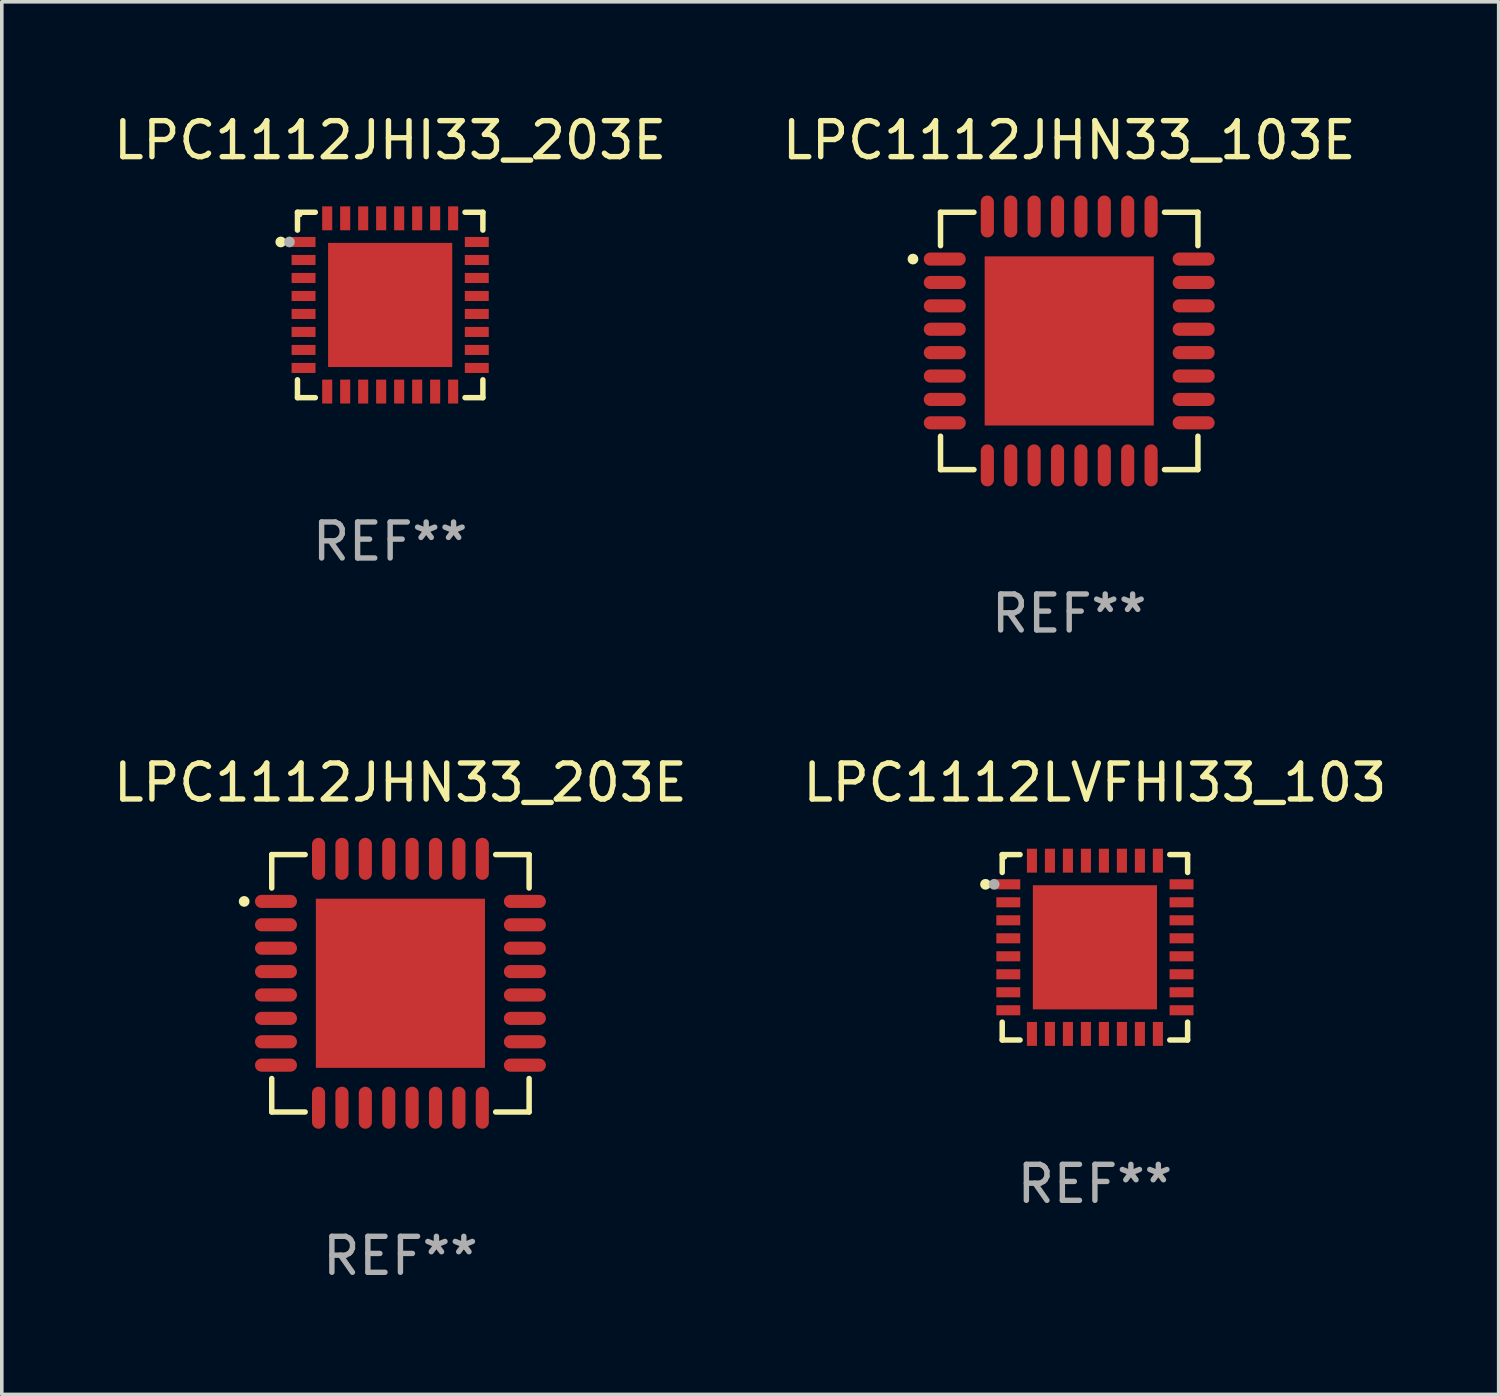
<source format=kicad_pcb>
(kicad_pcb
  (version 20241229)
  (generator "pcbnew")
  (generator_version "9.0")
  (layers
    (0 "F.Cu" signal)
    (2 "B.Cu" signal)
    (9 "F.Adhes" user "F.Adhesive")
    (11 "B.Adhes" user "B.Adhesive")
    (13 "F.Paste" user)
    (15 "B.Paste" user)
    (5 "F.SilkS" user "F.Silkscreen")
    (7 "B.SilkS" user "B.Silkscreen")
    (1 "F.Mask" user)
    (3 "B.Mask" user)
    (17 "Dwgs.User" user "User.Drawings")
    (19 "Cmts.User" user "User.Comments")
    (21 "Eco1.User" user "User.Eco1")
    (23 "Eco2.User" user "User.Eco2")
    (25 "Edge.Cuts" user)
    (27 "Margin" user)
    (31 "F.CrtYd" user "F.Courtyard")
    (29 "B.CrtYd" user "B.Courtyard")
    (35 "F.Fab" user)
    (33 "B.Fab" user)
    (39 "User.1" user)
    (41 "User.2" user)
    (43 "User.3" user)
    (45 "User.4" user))
  (footprint "LPC1112LVFHI33_103"
    (layer "F.Cu")
    (at 27.375 23.273)
    (property "Reference" "LPC1112LVFHI33_103" (at 0 -4.576 0) (layer "F.SilkS") (effects (font (size 1 1) (thickness 0.15))))
    (attr through_hole)
    (fp_line (start -2.576 -2.576) (end -2.576 -2.08) (stroke (width 0.152) (type solid)) (layer "F.SilkS"))
    (fp_line (start -2.576 2.576) (end -2.576 2.08) (stroke (width 0.152) (type solid)) (layer "F.SilkS"))
    (fp_line (start -2.08 -2.576) (end -2.576 -2.576) (stroke (width 0.152) (type solid)) (layer "F.SilkS"))
    (fp_line (start -2.08 2.576) (end -2.576 2.576) (stroke (width 0.152) (type solid)) (layer "F.SilkS"))
    (fp_line (start 2.08 -2.576) (end 2.576 -2.576) (stroke (width 0.152) (type solid)) (layer "F.SilkS"))
    (fp_line (start 2.08 2.576) (end 2.576 2.576) (stroke (width 0.152) (type solid)) (layer "F.SilkS"))
    (fp_line (start 2.576 -2.576) (end 2.576 -2.08) (stroke (width 0.152) (type solid)) (layer "F.SilkS"))
    (fp_line (start 2.576 2.576) (end 2.576 2.08) (stroke (width 0.152) (type solid)) (layer "F.SilkS"))
    (fp_circle (center -3.04 -1.75) (end -2.965 -1.75) (stroke (width 0.15) (type solid)) (fill no) (layer "F.SilkS"))
    (fp_circle (center -2.5 -2.5) (end -2.47 -2.5) (stroke (width 0.06) (type solid)) (fill no) (layer "F.SilkS"))
    (fp_circle (center -2.8 -1.75) (end -2.725 -1.75) (stroke (width 0.15) (type solid)) (fill no) (layer "F.Fab"))
    (fp_text user "REF**" (at 0 6.576 0) (layer "F.Fab") (effects (font (size 1 1) (thickness 0.15))))
    (pad "1" smd rect (at -2.407 -1.75) (size 0.665 0.28) (layers "F.Cu" "F.Mask" "F.Paste"))
    (pad "2" smd rect (at -2.407 -1.25) (size 0.665 0.28) (layers "F.Cu" "F.Mask" "F.Paste"))
    (pad "3" smd rect (at -2.407 -0.75) (size 0.665 0.28) (layers "F.Cu" "F.Mask" "F.Paste"))
    (pad "4" smd rect (at -2.407 -0.25) (size 0.665 0.28) (layers "F.Cu" "F.Mask" "F.Paste"))
    (pad "5" smd rect (at -2.407 0.25) (size 0.665 0.28) (layers "F.Cu" "F.Mask" "F.Paste"))
    (pad "6" smd rect (at -2.407 0.75) (size 0.665 0.28) (layers "F.Cu" "F.Mask" "F.Paste"))
    (pad "7" smd rect (at -2.407 1.25) (size 0.665 0.28) (layers "F.Cu" "F.Mask" "F.Paste"))
    (pad "8" smd rect (at -2.407 1.75) (size 0.665 0.28) (layers "F.Cu" "F.Mask" "F.Paste"))
    (pad "9" smd rect (at -1.75 2.407) (size 0.28 0.665) (layers "F.Cu" "F.Mask" "F.Paste"))
    (pad "10" smd rect (at -1.25 2.407) (size 0.28 0.665) (layers "F.Cu" "F.Mask" "F.Paste"))
    (pad "11" smd rect (at -0.75 2.407) (size 0.28 0.665) (layers "F.Cu" "F.Mask" "F.Paste"))
    (pad "12" smd rect (at -0.25 2.407) (size 0.28 0.665) (layers "F.Cu" "F.Mask" "F.Paste"))
    (pad "13" smd rect (at 0.25 2.407) (size 0.28 0.665) (layers "F.Cu" "F.Mask" "F.Paste"))
    (pad "14" smd rect (at 0.75 2.407) (size 0.28 0.665) (layers "F.Cu" "F.Mask" "F.Paste"))
    (pad "15" smd rect (at 1.25 2.407) (size 0.28 0.665) (layers "F.Cu" "F.Mask" "F.Paste"))
    (pad "16" smd rect (at 1.75 2.407) (size 0.28 0.665) (layers "F.Cu" "F.Mask" "F.Paste"))
    (pad "17" smd rect (at 2.407 1.75) (size 0.665 0.28) (layers "F.Cu" "F.Mask" "F.Paste"))
    (pad "18" smd rect (at 2.407 1.25) (size 0.665 0.28) (layers "F.Cu" "F.Mask" "F.Paste"))
    (pad "19" smd rect (at 2.407 0.75) (size 0.665 0.28) (layers "F.Cu" "F.Mask" "F.Paste"))
    (pad "20" smd rect (at 2.407 0.25) (size 0.665 0.28) (layers "F.Cu" "F.Mask" "F.Paste"))
    (pad "21" smd rect (at 2.407 -0.25) (size 0.665 0.28) (layers "F.Cu" "F.Mask" "F.Paste"))
    (pad "22" smd rect (at 2.407 -0.75) (size 0.665 0.28) (layers "F.Cu" "F.Mask" "F.Paste"))
    (pad "23" smd rect (at 2.407 -1.25) (size 0.665 0.28) (layers "F.Cu" "F.Mask" "F.Paste"))
    (pad "24" smd rect (at 2.407 -1.75) (size 0.665 0.28) (layers "F.Cu" "F.Mask" "F.Paste"))
    (pad "25" smd rect (at 1.75 -2.407) (size 0.28 0.665) (layers "F.Cu" "F.Mask" "F.Paste"))
    (pad "26" smd rect (at 1.25 -2.407) (size 0.28 0.665) (layers "F.Cu" "F.Mask" "F.Paste"))
    (pad "27" smd rect (at 0.75 -2.407) (size 0.28 0.665) (layers "F.Cu" "F.Mask" "F.Paste"))
    (pad "28" smd rect (at 0.25 -2.407) (size 0.28 0.665) (layers "F.Cu" "F.Mask" "F.Paste"))
    (pad "29" smd rect (at -0.25 -2.407) (size 0.28 0.665) (layers "F.Cu" "F.Mask" "F.Paste"))
    (pad "30" smd rect (at -0.75 -2.407) (size 0.28 0.665) (layers "F.Cu" "F.Mask" "F.Paste"))
    (pad "31" smd rect (at -1.25 -2.407) (size 0.28 0.665) (layers "F.Cu" "F.Mask" "F.Paste"))
    (pad "32" smd rect (at -1.75 -2.407) (size 0.28 0.665) (layers "F.Cu" "F.Mask" "F.Paste"))
    (pad "33" smd rect (at 0 0) (size 3.45 3.45) (layers "F.Cu" "F.Mask" "F.Paste")))
  (footprint "LPC1112JHN33_203E"
    (layer "F.Cu")
    (at 8.077 24.273)
    (property "Reference" "LPC1112JHN33_203E" (at 0 -5.576 0) (layer "F.SilkS") (effects (font (size 1 1) (thickness 0.15))))
    (attr through_hole)
    (fp_line (start -3.576 -3.576) (end -3.576 -2.647) (stroke (width 0.152) (type solid)) (layer "F.SilkS"))
    (fp_line (start -3.576 3.576) (end -3.576 2.647) (stroke (width 0.152) (type solid)) (layer "F.SilkS"))
    (fp_line (start -2.647 -3.576) (end -3.576 -3.576) (stroke (width 0.152) (type solid)) (layer "F.SilkS"))
    (fp_line (start -2.647 3.576) (end -3.576 3.576) (stroke (width 0.152) (type solid)) (layer "F.SilkS"))
    (fp_line (start 2.647 -3.576) (end 3.576 -3.576) (stroke (width 0.152) (type solid)) (layer "F.SilkS"))
    (fp_line (start 2.647 3.576) (end 3.576 3.576) (stroke (width 0.152) (type solid)) (layer "F.SilkS"))
    (fp_line (start 3.576 -3.576) (end 3.576 -2.647) (stroke (width 0.152) (type solid)) (layer "F.SilkS"))
    (fp_line (start 3.576 3.576) (end 3.576 2.647) (stroke (width 0.152) (type solid)) (layer "F.SilkS"))
    (fp_circle (center -4.342 -2.275) (end -4.267 -2.275) (stroke (width 0.15) (type solid)) (fill no) (layer "F.SilkS"))
    (fp_text user "REF**" (at 0 7.576 0) (layer "F.Fab") (effects (font (size 1 1) (thickness 0.15))))
    (pad "1" smd oval (at -3.458 -2.275 270) (size 0.364 1.167) (layers "F.Cu" "F.Mask" "F.Paste"))
    (pad "2" smd oval (at -3.458 -1.625 270) (size 0.364 1.167) (layers "F.Cu" "F.Mask" "F.Paste"))
    (pad "3" smd oval (at -3.458 -0.975 270) (size 0.364 1.167) (layers "F.Cu" "F.Mask" "F.Paste"))
    (pad "4" smd oval (at -3.458 -0.325 270) (size 0.364 1.167) (layers "F.Cu" "F.Mask" "F.Paste"))
    (pad "5" smd oval (at -3.458 0.325 270) (size 0.364 1.167) (layers "F.Cu" "F.Mask" "F.Paste"))
    (pad "6" smd oval (at -3.458 0.975 270) (size 0.364 1.167) (layers "F.Cu" "F.Mask" "F.Paste"))
    (pad "7" smd oval (at -3.458 1.625 270) (size 0.364 1.167) (layers "F.Cu" "F.Mask" "F.Paste"))
    (pad "8" smd oval (at -3.458 2.275 270) (size 0.364 1.167) (layers "F.Cu" "F.Mask" "F.Paste"))
    (pad "9" smd oval (at -2.275 3.458 270) (size 1.167 0.364) (layers "F.Cu" "F.Mask" "F.Paste"))
    (pad "10" smd oval (at -1.625 3.458 270) (size 1.167 0.364) (layers "F.Cu" "F.Mask" "F.Paste"))
    (pad "11" smd oval (at -0.975 3.458 270) (size 1.167 0.364) (layers "F.Cu" "F.Mask" "F.Paste"))
    (pad "12" smd oval (at -0.325 3.458 270) (size 1.167 0.364) (layers "F.Cu" "F.Mask" "F.Paste"))
    (pad "13" smd oval (at 0.325 3.458 270) (size 1.167 0.364) (layers "F.Cu" "F.Mask" "F.Paste"))
    (pad "14" smd oval (at 0.975 3.458 270) (size 1.167 0.364) (layers "F.Cu" "F.Mask" "F.Paste"))
    (pad "15" smd oval (at 1.625 3.458 270) (size 1.167 0.364) (layers "F.Cu" "F.Mask" "F.Paste"))
    (pad "16" smd oval (at 2.275 3.458 270) (size 1.167 0.364) (layers "F.Cu" "F.Mask" "F.Paste"))
    (pad "17" smd oval (at 3.458 2.275 270) (size 0.364 1.167) (layers "F.Cu" "F.Mask" "F.Paste"))
    (pad "18" smd oval (at 3.458 1.625 270) (size 0.364 1.167) (layers "F.Cu" "F.Mask" "F.Paste"))
    (pad "19" smd oval (at 3.458 0.975 270) (size 0.364 1.167) (layers "F.Cu" "F.Mask" "F.Paste"))
    (pad "20" smd oval (at 3.458 0.325 270) (size 0.364 1.167) (layers "F.Cu" "F.Mask" "F.Paste"))
    (pad "21" smd oval (at 3.458 -0.325 270) (size 0.364 1.167) (layers "F.Cu" "F.Mask" "F.Paste"))
    (pad "22" smd oval (at 3.458 -0.975 270) (size 0.364 1.167) (layers "F.Cu" "F.Mask" "F.Paste"))
    (pad "23" smd oval (at 3.458 -1.625 270) (size 0.364 1.167) (layers "F.Cu" "F.Mask" "F.Paste"))
    (pad "24" smd oval (at 3.458 -2.275 270) (size 0.364 1.167) (layers "F.Cu" "F.Mask" "F.Paste"))
    (pad "25" smd oval (at 2.275 -3.458 270) (size 1.167 0.364) (layers "F.Cu" "F.Mask" "F.Paste"))
    (pad "26" smd oval (at 1.625 -3.458 270) (size 1.167 0.364) (layers "F.Cu" "F.Mask" "F.Paste"))
    (pad "27" smd oval (at 0.975 -3.458 270) (size 1.167 0.364) (layers "F.Cu" "F.Mask" "F.Paste"))
    (pad "28" smd oval (at 0.325 -3.458 270) (size 1.167 0.364) (layers "F.Cu" "F.Mask" "F.Paste"))
    (pad "29" smd oval (at -0.325 -3.458 270) (size 1.167 0.364) (layers "F.Cu" "F.Mask" "F.Paste"))
    (pad "30" smd oval (at -0.975 -3.458 270) (size 1.167 0.364) (layers "F.Cu" "F.Mask" "F.Paste"))
    (pad "31" smd oval (at -1.625 -3.458 270) (size 1.167 0.364) (layers "F.Cu" "F.Mask" "F.Paste"))
    (pad "32" smd oval (at -2.275 -3.458 270) (size 1.167 0.364) (layers "F.Cu" "F.Mask" "F.Paste"))
    (pad "33" smd rect (at 0 0 270) (size 4.7 4.7) (layers "F.Cu" "F.Mask" "F.Paste")))
  (footprint "LPC1112JHN33_103E"
    (layer "F.Cu")
    (at 26.661 6.424)
    (property "Reference" "LPC1112JHN33_103E" (at 0 -5.576 0) (layer "F.SilkS") (effects (font (size 1 1) (thickness 0.15))))
    (attr through_hole)
    (fp_line (start -3.576 -3.576) (end -3.576 -2.647) (stroke (width 0.152) (type solid)) (layer "F.SilkS"))
    (fp_line (start -3.576 3.576) (end -3.576 2.647) (stroke (width 0.152) (type solid)) (layer "F.SilkS"))
    (fp_line (start -2.647 -3.576) (end -3.576 -3.576) (stroke (width 0.152) (type solid)) (layer "F.SilkS"))
    (fp_line (start -2.647 3.576) (end -3.576 3.576) (stroke (width 0.152) (type solid)) (layer "F.SilkS"))
    (fp_line (start 2.647 -3.576) (end 3.576 -3.576) (stroke (width 0.152) (type solid)) (layer "F.SilkS"))
    (fp_line (start 2.647 3.576) (end 3.576 3.576) (stroke (width 0.152) (type solid)) (layer "F.SilkS"))
    (fp_line (start 3.576 -3.576) (end 3.576 -2.647) (stroke (width 0.152) (type solid)) (layer "F.SilkS"))
    (fp_line (start 3.576 3.576) (end 3.576 2.647) (stroke (width 0.152) (type solid)) (layer "F.SilkS"))
    (fp_circle (center -4.342 -2.275) (end -4.267 -2.275) (stroke (width 0.15) (type solid)) (fill no) (layer "F.SilkS"))
    (fp_text user "REF**" (at 0 7.576 0) (layer "F.Fab") (effects (font (size 1 1) (thickness 0.15))))
    (pad "1" smd oval (at -3.458 -2.275 270) (size 0.364 1.167) (layers "F.Cu" "F.Mask" "F.Paste"))
    (pad "2" smd oval (at -3.458 -1.625 270) (size 0.364 1.167) (layers "F.Cu" "F.Mask" "F.Paste"))
    (pad "3" smd oval (at -3.458 -0.975 270) (size 0.364 1.167) (layers "F.Cu" "F.Mask" "F.Paste"))
    (pad "4" smd oval (at -3.458 -0.325 270) (size 0.364 1.167) (layers "F.Cu" "F.Mask" "F.Paste"))
    (pad "5" smd oval (at -3.458 0.325 270) (size 0.364 1.167) (layers "F.Cu" "F.Mask" "F.Paste"))
    (pad "6" smd oval (at -3.458 0.975 270) (size 0.364 1.167) (layers "F.Cu" "F.Mask" "F.Paste"))
    (pad "7" smd oval (at -3.458 1.625 270) (size 0.364 1.167) (layers "F.Cu" "F.Mask" "F.Paste"))
    (pad "8" smd oval (at -3.458 2.275 270) (size 0.364 1.167) (layers "F.Cu" "F.Mask" "F.Paste"))
    (pad "9" smd oval (at -2.275 3.458 270) (size 1.167 0.364) (layers "F.Cu" "F.Mask" "F.Paste"))
    (pad "10" smd oval (at -1.625 3.458 270) (size 1.167 0.364) (layers "F.Cu" "F.Mask" "F.Paste"))
    (pad "11" smd oval (at -0.975 3.458 270) (size 1.167 0.364) (layers "F.Cu" "F.Mask" "F.Paste"))
    (pad "12" smd oval (at -0.325 3.458 270) (size 1.167 0.364) (layers "F.Cu" "F.Mask" "F.Paste"))
    (pad "13" smd oval (at 0.325 3.458 270) (size 1.167 0.364) (layers "F.Cu" "F.Mask" "F.Paste"))
    (pad "14" smd oval (at 0.975 3.458 270) (size 1.167 0.364) (layers "F.Cu" "F.Mask" "F.Paste"))
    (pad "15" smd oval (at 1.625 3.458 270) (size 1.167 0.364) (layers "F.Cu" "F.Mask" "F.Paste"))
    (pad "16" smd oval (at 2.275 3.458 270) (size 1.167 0.364) (layers "F.Cu" "F.Mask" "F.Paste"))
    (pad "17" smd oval (at 3.458 2.275 270) (size 0.364 1.167) (layers "F.Cu" "F.Mask" "F.Paste"))
    (pad "18" smd oval (at 3.458 1.625 270) (size 0.364 1.167) (layers "F.Cu" "F.Mask" "F.Paste"))
    (pad "19" smd oval (at 3.458 0.975 270) (size 0.364 1.167) (layers "F.Cu" "F.Mask" "F.Paste"))
    (pad "20" smd oval (at 3.458 0.325 270) (size 0.364 1.167) (layers "F.Cu" "F.Mask" "F.Paste"))
    (pad "21" smd oval (at 3.458 -0.325 270) (size 0.364 1.167) (layers "F.Cu" "F.Mask" "F.Paste"))
    (pad "22" smd oval (at 3.458 -0.975 270) (size 0.364 1.167) (layers "F.Cu" "F.Mask" "F.Paste"))
    (pad "23" smd oval (at 3.458 -1.625 270) (size 0.364 1.167) (layers "F.Cu" "F.Mask" "F.Paste"))
    (pad "24" smd oval (at 3.458 -2.275 270) (size 0.364 1.167) (layers "F.Cu" "F.Mask" "F.Paste"))
    (pad "25" smd oval (at 2.275 -3.458 270) (size 1.167 0.364) (layers "F.Cu" "F.Mask" "F.Paste"))
    (pad "26" smd oval (at 1.625 -3.458 270) (size 1.167 0.364) (layers "F.Cu" "F.Mask" "F.Paste"))
    (pad "27" smd oval (at 0.975 -3.458 270) (size 1.167 0.364) (layers "F.Cu" "F.Mask" "F.Paste"))
    (pad "28" smd oval (at 0.325 -3.458 270) (size 1.167 0.364) (layers "F.Cu" "F.Mask" "F.Paste"))
    (pad "29" smd oval (at -0.325 -3.458 270) (size 1.167 0.364) (layers "F.Cu" "F.Mask" "F.Paste"))
    (pad "30" smd oval (at -0.975 -3.458 270) (size 1.167 0.364) (layers "F.Cu" "F.Mask" "F.Paste"))
    (pad "31" smd oval (at -1.625 -3.458 270) (size 1.167 0.364) (layers "F.Cu" "F.Mask" "F.Paste"))
    (pad "32" smd oval (at -2.275 -3.458 270) (size 1.167 0.364) (layers "F.Cu" "F.Mask" "F.Paste"))
    (pad "33" smd rect (at 0 0 270) (size 4.7 4.7) (layers "F.Cu" "F.Mask" "F.Paste")))
  (footprint "LPC1112JHI33_203E"
    (layer "F.Cu")
    (at 7.792 5.424)
    (property "Reference" "LPC1112JHI33_203E" (at 0 -4.576 0) (layer "F.SilkS") (effects (font (size 1 1) (thickness 0.15))))
    (attr through_hole)
    (fp_line (start -2.576 -2.576) (end -2.576 -2.08) (stroke (width 0.152) (type solid)) (layer "F.SilkS"))
    (fp_line (start -2.576 2.576) (end -2.576 2.08) (stroke (width 0.152) (type solid)) (layer "F.SilkS"))
    (fp_line (start -2.08 -2.576) (end -2.576 -2.576) (stroke (width 0.152) (type solid)) (layer "F.SilkS"))
    (fp_line (start -2.08 2.576) (end -2.576 2.576) (stroke (width 0.152) (type solid)) (layer "F.SilkS"))
    (fp_line (start 2.08 -2.576) (end 2.576 -2.576) (stroke (width 0.152) (type solid)) (layer "F.SilkS"))
    (fp_line (start 2.08 2.576) (end 2.576 2.576) (stroke (width 0.152) (type solid)) (layer "F.SilkS"))
    (fp_line (start 2.576 -2.576) (end 2.576 -2.08) (stroke (width 0.152) (type solid)) (layer "F.SilkS"))
    (fp_line (start 2.576 2.576) (end 2.576 2.08) (stroke (width 0.152) (type solid)) (layer "F.SilkS"))
    (fp_circle (center -3.04 -1.75) (end -2.965 -1.75) (stroke (width 0.15) (type solid)) (fill no) (layer "F.SilkS"))
    (fp_circle (center -2.5 -2.5) (end -2.47 -2.5) (stroke (width 0.06) (type solid)) (fill no) (layer "F.SilkS"))
    (fp_circle (center -2.8 -1.75) (end -2.725 -1.75) (stroke (width 0.15) (type solid)) (fill no) (layer "F.Fab"))
    (fp_text user "REF**" (at 0 6.576 0) (layer "F.Fab") (effects (font (size 1 1) (thickness 0.15))))
    (pad "1" smd rect (at -2.407 -1.75) (size 0.665 0.28) (layers "F.Cu" "F.Mask" "F.Paste"))
    (pad "2" smd rect (at -2.407 -1.25) (size 0.665 0.28) (layers "F.Cu" "F.Mask" "F.Paste"))
    (pad "3" smd rect (at -2.407 -0.75) (size 0.665 0.28) (layers "F.Cu" "F.Mask" "F.Paste"))
    (pad "4" smd rect (at -2.407 -0.25) (size 0.665 0.28) (layers "F.Cu" "F.Mask" "F.Paste"))
    (pad "5" smd rect (at -2.407 0.25) (size 0.665 0.28) (layers "F.Cu" "F.Mask" "F.Paste"))
    (pad "6" smd rect (at -2.407 0.75) (size 0.665 0.28) (layers "F.Cu" "F.Mask" "F.Paste"))
    (pad "7" smd rect (at -2.407 1.25) (size 0.665 0.28) (layers "F.Cu" "F.Mask" "F.Paste"))
    (pad "8" smd rect (at -2.407 1.75) (size 0.665 0.28) (layers "F.Cu" "F.Mask" "F.Paste"))
    (pad "9" smd rect (at -1.75 2.407) (size 0.28 0.665) (layers "F.Cu" "F.Mask" "F.Paste"))
    (pad "10" smd rect (at -1.25 2.407) (size 0.28 0.665) (layers "F.Cu" "F.Mask" "F.Paste"))
    (pad "11" smd rect (at -0.75 2.407) (size 0.28 0.665) (layers "F.Cu" "F.Mask" "F.Paste"))
    (pad "12" smd rect (at -0.25 2.407) (size 0.28 0.665) (layers "F.Cu" "F.Mask" "F.Paste"))
    (pad "13" smd rect (at 0.25 2.407) (size 0.28 0.665) (layers "F.Cu" "F.Mask" "F.Paste"))
    (pad "14" smd rect (at 0.75 2.407) (size 0.28 0.665) (layers "F.Cu" "F.Mask" "F.Paste"))
    (pad "15" smd rect (at 1.25 2.407) (size 0.28 0.665) (layers "F.Cu" "F.Mask" "F.Paste"))
    (pad "16" smd rect (at 1.75 2.407) (size 0.28 0.665) (layers "F.Cu" "F.Mask" "F.Paste"))
    (pad "17" smd rect (at 2.407 1.75) (size 0.665 0.28) (layers "F.Cu" "F.Mask" "F.Paste"))
    (pad "18" smd rect (at 2.407 1.25) (size 0.665 0.28) (layers "F.Cu" "F.Mask" "F.Paste"))
    (pad "19" smd rect (at 2.407 0.75) (size 0.665 0.28) (layers "F.Cu" "F.Mask" "F.Paste"))
    (pad "20" smd rect (at 2.407 0.25) (size 0.665 0.28) (layers "F.Cu" "F.Mask" "F.Paste"))
    (pad "21" smd rect (at 2.407 -0.25) (size 0.665 0.28) (layers "F.Cu" "F.Mask" "F.Paste"))
    (pad "22" smd rect (at 2.407 -0.75) (size 0.665 0.28) (layers "F.Cu" "F.Mask" "F.Paste"))
    (pad "23" smd rect (at 2.407 -1.25) (size 0.665 0.28) (layers "F.Cu" "F.Mask" "F.Paste"))
    (pad "24" smd rect (at 2.407 -1.75) (size 0.665 0.28) (layers "F.Cu" "F.Mask" "F.Paste"))
    (pad "25" smd rect (at 1.75 -2.407) (size 0.28 0.665) (layers "F.Cu" "F.Mask" "F.Paste"))
    (pad "26" smd rect (at 1.25 -2.407) (size 0.28 0.665) (layers "F.Cu" "F.Mask" "F.Paste"))
    (pad "27" smd rect (at 0.75 -2.407) (size 0.28 0.665) (layers "F.Cu" "F.Mask" "F.Paste"))
    (pad "28" smd rect (at 0.25 -2.407) (size 0.28 0.665) (layers "F.Cu" "F.Mask" "F.Paste"))
    (pad "29" smd rect (at -0.25 -2.407) (size 0.28 0.665) (layers "F.Cu" "F.Mask" "F.Paste"))
    (pad "30" smd rect (at -0.75 -2.407) (size 0.28 0.665) (layers "F.Cu" "F.Mask" "F.Paste"))
    (pad "31" smd rect (at -1.25 -2.407) (size 0.28 0.665) (layers "F.Cu" "F.Mask" "F.Paste"))
    (pad "32" smd rect (at -1.75 -2.407) (size 0.28 0.665) (layers "F.Cu" "F.Mask" "F.Paste"))
    (pad "33" smd rect (at 0 0) (size 3.45 3.45) (layers "F.Cu" "F.Mask" "F.Paste")))
  (gr_rect
    (start -3 -3)
    (end 38.595 35.698)
    (stroke (width 0.1) (type default))
    (fill no)
    (layer "Edge.Cuts")))
</source>
